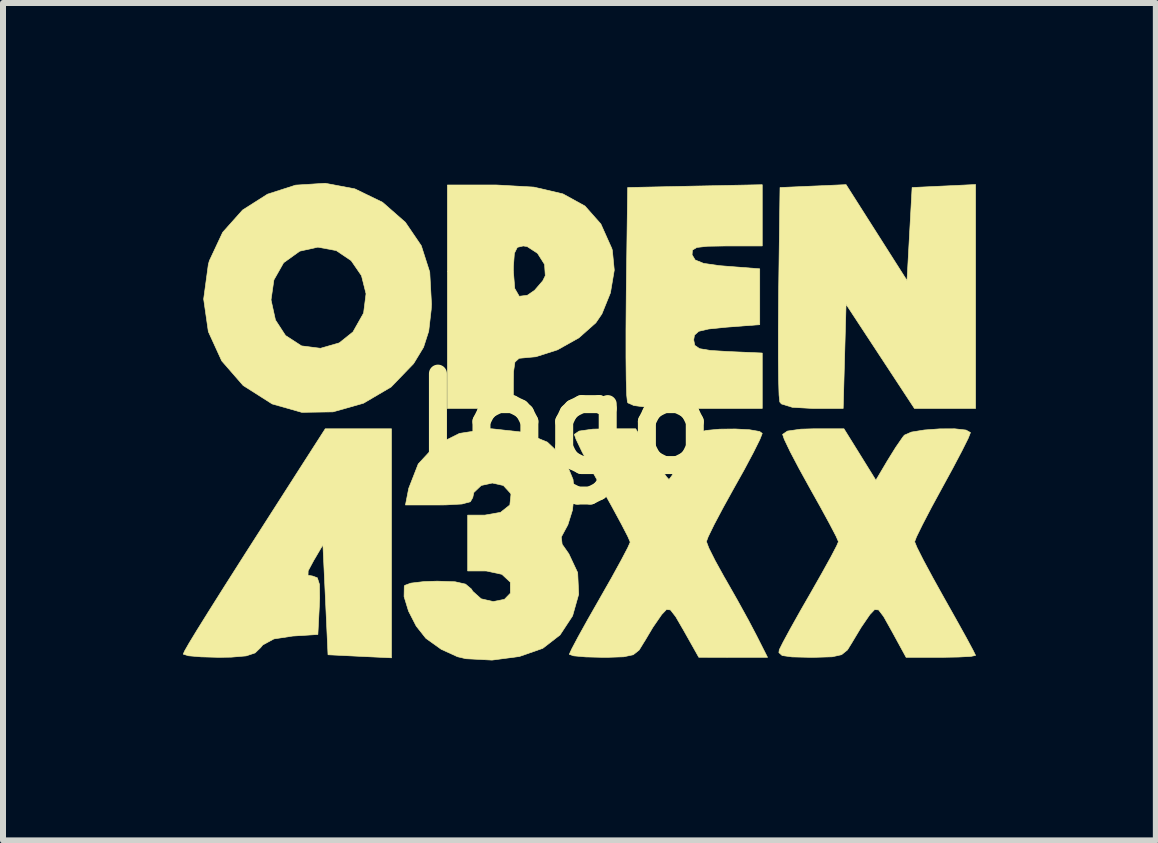
<source format=kicad_pcb>
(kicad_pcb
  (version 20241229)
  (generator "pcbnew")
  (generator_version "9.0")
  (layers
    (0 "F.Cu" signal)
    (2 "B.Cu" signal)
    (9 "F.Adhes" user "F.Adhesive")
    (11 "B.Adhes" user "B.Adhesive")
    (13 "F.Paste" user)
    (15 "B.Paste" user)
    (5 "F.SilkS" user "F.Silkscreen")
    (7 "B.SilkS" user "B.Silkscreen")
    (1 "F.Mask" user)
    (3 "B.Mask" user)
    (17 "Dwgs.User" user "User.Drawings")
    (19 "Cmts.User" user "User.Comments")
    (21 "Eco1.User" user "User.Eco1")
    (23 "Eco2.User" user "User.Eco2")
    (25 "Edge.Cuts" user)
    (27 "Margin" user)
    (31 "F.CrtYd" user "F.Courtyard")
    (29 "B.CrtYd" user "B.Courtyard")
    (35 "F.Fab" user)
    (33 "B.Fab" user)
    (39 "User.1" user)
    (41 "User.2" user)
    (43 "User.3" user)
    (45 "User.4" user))
  (footprint "logo"
    (layer "F.Cu")
    (at 6.355 4.013)
    (property "Reference" "logo" (at 0 0 0) (layer "F.SilkS") (effects (font (size 1.524 1.524) (thickness 0.3))))
    (attr through_hole)
    (fp_poly (pts (xy 6.858 -0.254) (xy 5.839 -0.254) (xy 5.269 -1.122) (xy 4.699 -1.99) (xy 4.675 -1.122) (xy 4.651 -0.254) (xy 4.143 -0.254) (xy 3.804 -0.273) (xy 3.622 -0.329) (xy 3.594 -0.362) (xy 3.582 -0.476) (xy 3.574 -0.733) (xy 3.57 -1.104) (xy 3.57 -1.563) (xy 3.574 -2.083) (xy 3.575 -2.204) (xy 3.598 -3.937) (xy 4.149 -3.961) (xy 4.699 -3.985) (xy 5.207 -3.186) (xy 5.715 -2.387) (xy 5.8 -3.937) (xy 6.858 -3.987) (xy 6.858 -0.254)) (stroke (width 0.01) (type solid)) (fill yes) (layer "F.SilkS"))
    (fp_poly (pts (xy -2.879 3.903) (xy -3.408 3.878) (xy -3.937 3.852) (xy -3.979 2.936) (xy -4.022 2.02) (xy -4.175 2.28) (xy -4.268 2.453) (xy -4.27 2.526) (xy -4.192 2.54) (xy -4.115 2.569) (xy -4.079 2.68) (xy -4.076 2.909) (xy -4.081 3.027) (xy -4.106 3.514) (xy -4.525 3.54) (xy -4.839 3.588) (xy -5.025 3.689) (xy -5.059 3.731) (xy -5.152 3.821) (xy -5.301 3.871) (xy -5.55 3.892) (xy -5.762 3.895) (xy -6.053 3.887) (xy -6.263 3.869) (xy -6.35 3.842) (xy -6.35 3.84) (xy -6.326 3.786) (xy -6.251 3.655) (xy -6.119 3.438) (xy -5.924 3.125) (xy -5.66 2.706) (xy -5.321 2.173) (xy -4.901 1.517) (xy -4.431 0.783) (xy -3.983 0.085) (xy -2.879 0.085) (xy -2.879 3.903)) (stroke (width 0.01) (type solid)) (fill yes) (layer "F.SilkS"))
    (fp_poly (pts (xy -0.505 -3.944) (xy -0.021 -3.831) (xy 0.346 -3.629) (xy 0.611 -3.33) (xy 0.794 -2.921) (xy 0.803 -2.891) (xy 0.835 -2.56) (xy 0.771 -2.181) (xy 0.629 -1.83) (xy 0.528 -1.682) (xy 0.245 -1.431) (xy -0.112 -1.231) (xy -0.472 -1.116) (xy -0.614 -1.103) (xy -0.752 -1.09) (xy -0.821 -1.027) (xy -0.844 -0.868) (xy -0.847 -0.677) (xy -0.847 -0.254) (xy -1.947 -0.254) (xy -1.947 -2.54) (xy -0.847 -2.54) (xy -0.824 -2.254) (xy -0.749 -2.124) (xy -0.614 -2.141) (xy -0.494 -2.223) (xy -0.357 -2.382) (xy -0.315 -2.467) (xy -0.327 -2.655) (xy -0.444 -2.84) (xy -0.617 -2.953) (xy -0.682 -2.963) (xy -0.781 -2.94) (xy -0.83 -2.841) (xy -0.846 -2.626) (xy -0.847 -2.54) (xy -1.947 -2.54) (xy -1.947 -3.979) (xy -1.127 -3.979) (xy -0.505 -3.944)) (stroke (width 0.01) (type solid)) (fill yes) (layer "F.SilkS"))
    (fp_poly (pts (xy 3.302 -2.963) (xy 2.703 -2.963) (xy 2.39 -2.958) (xy 2.212 -2.938) (xy 2.138 -2.894) (xy 2.132 -2.816) (xy 2.132 -2.815) (xy 2.184 -2.729) (xy 2.323 -2.673) (xy 2.584 -2.635) (xy 2.71 -2.625) (xy 3.26 -2.582) (xy 3.26 -1.651) (xy 2.709 -1.609) (xy 2.41 -1.579) (xy 2.243 -1.54) (xy 2.172 -1.476) (xy 2.159 -1.397) (xy 2.177 -1.306) (xy 2.257 -1.251) (xy 2.435 -1.221) (xy 2.731 -1.203) (xy 3.302 -1.178) (xy 3.302 -0.254) (xy 2.199 -0.254) (xy 1.709 -0.259) (xy 1.37 -0.275) (xy 1.161 -0.303) (xy 1.064 -0.346) (xy 1.054 -0.362) (xy 1.042 -0.476) (xy 1.034 -0.733) (xy 1.03 -1.104) (xy 1.03 -1.563) (xy 1.034 -2.083) (xy 1.035 -2.204) (xy 1.058 -3.937) (xy 2.18 -3.961) (xy 3.302 -3.984) (xy 3.302 -2.963)) (stroke (width 0.01) (type solid)) (fill yes) (layer "F.SilkS"))
    (fp_poly (pts (xy -3.49 -3.915) (xy -3.028 -3.691) (xy -2.647 -3.357) (xy -2.382 -2.967) (xy -2.241 -2.527) (xy -2.212 -1.994) (xy -2.217 -1.9) (xy -2.258 -1.543) (xy -2.344 -1.275) (xy -2.502 -1.014) (xy -2.513 -0.998) (xy -2.886 -0.611) (xy -3.346 -0.341) (xy -3.854 -0.197) (xy -4.374 -0.189) (xy -4.868 -0.329) (xy -5.352 -0.637) (xy -5.709 -1.047) (xy -5.932 -1.535) (xy -6.008 -2.064) (xy -4.887 -2.064) (xy -4.813 -1.728) (xy -4.645 -1.47) (xy -4.378 -1.297) (xy -4.062 -1.257) (xy -3.75 -1.347) (xy -3.521 -1.53) (xy -3.344 -1.844) (xy -3.303 -2.166) (xy -3.379 -2.468) (xy -3.551 -2.718) (xy -3.8 -2.886) (xy -4.106 -2.943) (xy -4.408 -2.876) (xy -4.677 -2.683) (xy -4.839 -2.397) (xy -4.887 -2.064) (xy -6.008 -2.064) (xy -6.01 -2.078) (xy -5.932 -2.655) (xy -5.915 -2.716) (xy -5.693 -3.19) (xy -5.361 -3.562) (xy -4.946 -3.826) (xy -4.477 -3.977) (xy -3.983 -4.008) (xy -3.49 -3.915)) (stroke (width 0.01) (type solid)) (fill yes) (layer "F.SilkS"))
    (fp_poly (pts (xy -0.686 0.142) (xy -0.281 0.307) (xy 0.000353 0.573) (xy 0.148 0.931) (xy 0.169 1.157) (xy 0.138 1.441) (xy 0.061 1.687) (xy 0.034 1.736) (xy -0.048 1.889) (xy -0.034 2.01) (xy 0.077 2.168) (xy 0.225 2.483) (xy 0.242 2.843) (xy 0.14 3.204) (xy -0.069 3.522) (xy -0.357 3.745) (xy -0.747 3.881) (xy -1.203 3.941) (xy -1.638 3.918) (xy -1.778 3.885) (xy -2.05 3.761) (xy -2.299 3.583) (xy -2.308 3.575) (xy -2.467 3.374) (xy -2.595 3.124) (xy -2.669 2.883) (xy -2.666 2.711) (xy -2.659 2.696) (xy -2.557 2.658) (xy -2.338 2.632) (xy -2.115 2.625) (xy -1.819 2.635) (xy -1.645 2.674) (xy -1.547 2.756) (xy -1.524 2.794) (xy -1.384 2.919) (xy -1.184 2.965) (xy -0.996 2.928) (xy -0.897 2.826) (xy -0.898 2.642) (xy -1.039 2.511) (xy -1.294 2.456) (xy -1.323 2.455) (xy -1.609 2.455) (xy -1.609 1.524) (xy -1.323 1.524) (xy -1.061 1.478) (xy -0.906 1.355) (xy -0.887 1.181) (xy -0.893 1.162) (xy -1.014 1.03) (xy -1.199 0.989) (xy -1.383 1.03) (xy -1.506 1.147) (xy -1.524 1.232) (xy -1.564 1.301) (xy -1.704 1.339) (xy -1.974 1.354) (xy -2.085 1.355) (xy -2.646 1.355) (xy -2.592 1.079) (xy -2.433 0.671) (xy -2.146 0.361) (xy -1.746 0.162) (xy -1.249 0.085) (xy -1.204 0.085) (xy -0.686 0.142)) (stroke (width 0.01) (type solid)) (fill yes) (layer "F.SilkS"))
    (fp_poly (pts (xy 1.455 0.508) (xy 1.6 0.734) (xy 1.707 0.887) (xy 1.747 0.931) (xy 1.798 0.863) (xy 1.896 0.69) (xy 1.957 0.572) (xy 2.084 0.345) (xy 2.197 0.185) (xy 2.234 0.149) (xy 2.368 0.112) (xy 2.592 0.091) (xy 2.851 0.088) (xy 3.091 0.101) (xy 3.258 0.13) (xy 3.302 0.162) (xy 3.262 0.263) (xy 3.155 0.478) (xy 2.998 0.773) (xy 2.836 1.062) (xy 2.649 1.4) (xy 2.498 1.685) (xy 2.4 1.886) (xy 2.371 1.965) (xy 2.411 2.072) (xy 2.516 2.282) (xy 2.667 2.555) (xy 2.699 2.61) (xy 2.889 2.944) (xy 3.072 3.276) (xy 3.208 3.535) (xy 3.39 3.895) (xy 2.817 3.895) (xy 2.244 3.894) (xy 1.998 3.457) (xy 1.859 3.217) (xy 1.771 3.104) (xy 1.705 3.098) (xy 1.629 3.178) (xy 1.617 3.194) (xy 1.479 3.394) (xy 1.338 3.631) (xy 1.337 3.631) (xy 1.25 3.773) (xy 1.151 3.852) (xy 0.991 3.886) (xy 0.723 3.895) (xy 0.639 3.895) (xy 0.358 3.888) (xy 0.158 3.87) (xy 0.085 3.845) (xy 0.125 3.757) (xy 0.233 3.553) (xy 0.394 3.263) (xy 0.591 2.918) (xy 0.593 2.914) (xy 0.79 2.568) (xy 0.951 2.275) (xy 1.06 2.067) (xy 1.101 1.974) (xy 1.101 1.974) (xy 1.061 1.881) (xy 0.954 1.674) (xy 0.797 1.384) (xy 0.635 1.093) (xy 0.447 0.754) (xy 0.296 0.465) (xy 0.198 0.26) (xy 0.169 0.178) (xy 0.249 0.123) (xy 0.473 0.091) (xy 0.681 0.085) (xy 1.192 0.085) (xy 1.455 0.508)) (stroke (width 0.01) (type solid)) (fill yes) (layer "F.SilkS"))
    (fp_poly (pts (xy 4.93 0.513) (xy 5.196 0.942) (xy 5.387 0.619) (xy 5.526 0.395) (xy 5.644 0.224) (xy 5.671 0.191) (xy 5.787 0.14) (xy 6.002 0.105) (xy 6.261 0.086) (xy 6.511 0.085) (xy 6.699 0.106) (xy 6.773 0.148) (xy 6.735 0.244) (xy 6.63 0.454) (xy 6.475 0.748) (xy 6.308 1.054) (xy 6.122 1.396) (xy 5.972 1.684) (xy 5.873 1.886) (xy 5.842 1.968) (xy 5.882 2.065) (xy 5.989 2.277) (xy 6.149 2.574) (xy 6.344 2.925) (xy 6.35 2.935) (xy 6.545 3.282) (xy 6.706 3.572) (xy 6.815 3.775) (xy 6.858 3.862) (xy 6.858 3.863) (xy 6.781 3.879) (xy 6.577 3.89) (xy 6.291 3.895) (xy 6.279 3.895) (xy 5.7 3.895) (xy 5.461 3.457) (xy 5.326 3.216) (xy 5.241 3.104) (xy 5.175 3.099) (xy 5.098 3.18) (xy 5.088 3.194) (xy 4.951 3.394) (xy 4.809 3.63) (xy 4.809 3.631) (xy 4.722 3.772) (xy 4.624 3.851) (xy 4.467 3.886) (xy 4.202 3.894) (xy 4.101 3.895) (xy 3.798 3.888) (xy 3.634 3.865) (xy 3.579 3.816) (xy 3.586 3.768) (xy 3.647 3.646) (xy 3.773 3.413) (xy 3.945 3.106) (xy 4.104 2.83) (xy 4.292 2.499) (xy 4.445 2.223) (xy 4.543 2.035) (xy 4.572 1.967) (xy 4.533 1.877) (xy 4.426 1.672) (xy 4.269 1.384) (xy 4.106 1.093) (xy 3.919 0.754) (xy 3.767 0.465) (xy 3.669 0.26) (xy 3.641 0.178) (xy 3.721 0.123) (xy 3.944 0.091) (xy 4.152 0.085) (xy 4.664 0.085) (xy 4.93 0.513)) (stroke (width 0.01) (type solid)) (fill yes) (layer "F.SilkS")))
  (gr_rect
    (start -3 -3)
    (end 16.218 10.959)
    (stroke (width 0.1) (type default))
    (fill no)
    (layer "Edge.Cuts")))
</source>
